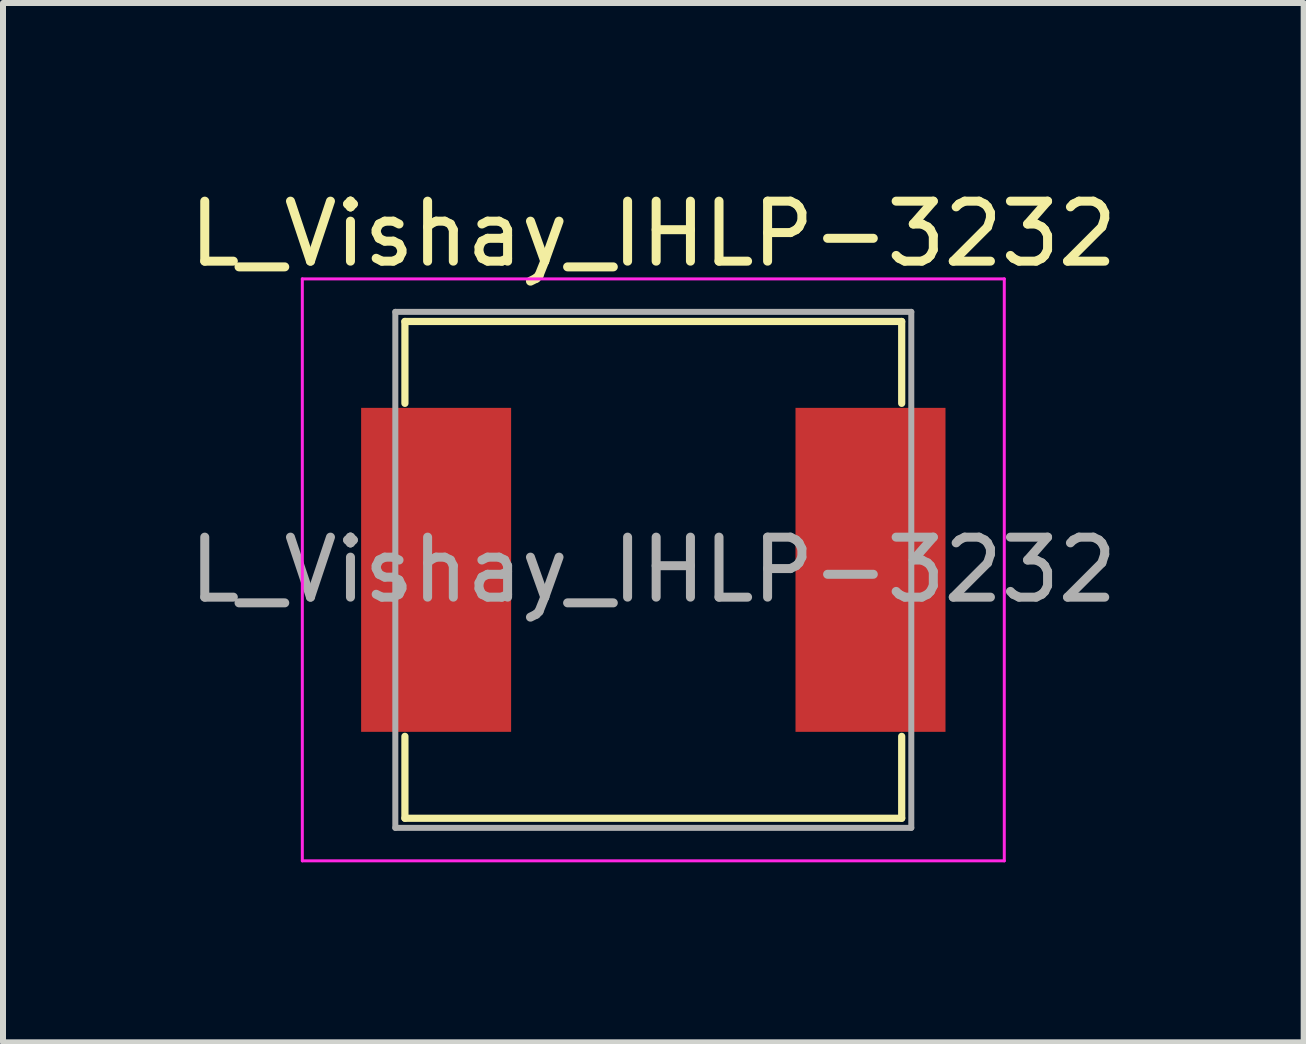
<source format=kicad_pcb>
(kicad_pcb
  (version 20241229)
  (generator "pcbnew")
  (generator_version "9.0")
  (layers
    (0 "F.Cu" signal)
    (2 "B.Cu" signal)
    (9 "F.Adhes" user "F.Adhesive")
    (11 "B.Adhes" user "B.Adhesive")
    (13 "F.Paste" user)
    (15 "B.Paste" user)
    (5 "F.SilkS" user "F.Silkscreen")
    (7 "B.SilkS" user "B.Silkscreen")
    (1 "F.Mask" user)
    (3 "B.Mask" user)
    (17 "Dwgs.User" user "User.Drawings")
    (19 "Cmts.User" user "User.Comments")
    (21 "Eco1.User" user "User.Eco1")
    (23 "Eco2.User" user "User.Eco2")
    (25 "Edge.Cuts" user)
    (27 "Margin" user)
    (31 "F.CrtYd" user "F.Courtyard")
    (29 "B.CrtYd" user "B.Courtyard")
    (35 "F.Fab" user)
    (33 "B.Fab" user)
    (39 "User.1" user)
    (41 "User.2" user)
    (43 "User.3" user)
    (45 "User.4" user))
  (footprint "L_Vishay_IHLP-3232"
    (layer "F.Cu")
    (at 7.839 6.448)
    (property "Reference" "L_Vishay_IHLP-3232" (at 0 -5.6 0) (layer "F.SilkS") (effects (font (size 1 1) (thickness 0.15))))
    (attr smd)
    (fp_line (start -4.14 -4.14) (end 4.14 -4.14) (stroke (width 0.12) (type solid)) (layer "F.SilkS"))
    (fp_line (start -4.14 -2.775) (end -4.14 -4.14) (stroke (width 0.12) (type solid)) (layer "F.SilkS"))
    (fp_line (start -4.14 2.775) (end -4.14 4.14) (stroke (width 0.12) (type solid)) (layer "F.SilkS"))
    (fp_line (start -4.14 4.14) (end 4.14 4.14) (stroke (width 0.12) (type solid)) (layer "F.SilkS"))
    (fp_line (start 4.14 -4.14) (end 4.14 -2.775) (stroke (width 0.12) (type solid)) (layer "F.SilkS"))
    (fp_line (start 4.14 4.14) (end 4.14 2.775) (stroke (width 0.12) (type solid)) (layer "F.SilkS"))
    (fp_line (start -5.85 -4.85) (end -5.85 4.85) (stroke (width 0.05) (type solid)) (layer "F.CrtYd"))
    (fp_line (start -5.85 4.85) (end 5.85 4.85) (stroke (width 0.05) (type solid)) (layer "F.CrtYd"))
    (fp_line (start 5.85 -4.85) (end -5.85 -4.85) (stroke (width 0.05) (type solid)) (layer "F.CrtYd"))
    (fp_line (start 5.85 4.85) (end 5.85 -4.85) (stroke (width 0.05) (type solid)) (layer "F.CrtYd"))
    (fp_line (start -4.3 -4.3) (end -4.3 4.3) (stroke (width 0.1) (type solid)) (layer "F.Fab"))
    (fp_line (start -4.3 4.3) (end 4.3 4.3) (stroke (width 0.1) (type solid)) (layer "F.Fab"))
    (fp_line (start 4.3 -4.3) (end -4.3 -4.3) (stroke (width 0.1) (type solid)) (layer "F.Fab"))
    (fp_line (start 4.3 4.3) (end 4.3 -4.3) (stroke (width 0.1) (type solid)) (layer "F.Fab"))
    (fp_text user "${REFERENCE}" (at 0 0 0) (layer "F.Fab") (effects (font (size 1 1) (thickness 0.15))))
    (pad "1" smd rect (at -3.62 0) (size 2.5 5.4) (layers "F.Cu" "F.Mask" "F.Paste"))
    (pad "2" smd rect (at 3.62 0) (size 2.5 5.4) (layers "F.Cu" "F.Mask" "F.Paste")))
  (gr_rect
    (start -3 -3)
    (end 18.679 14.323)
    (stroke (width 0.1) (type default))
    (fill no)
    (layer "Edge.Cuts")))
</source>
